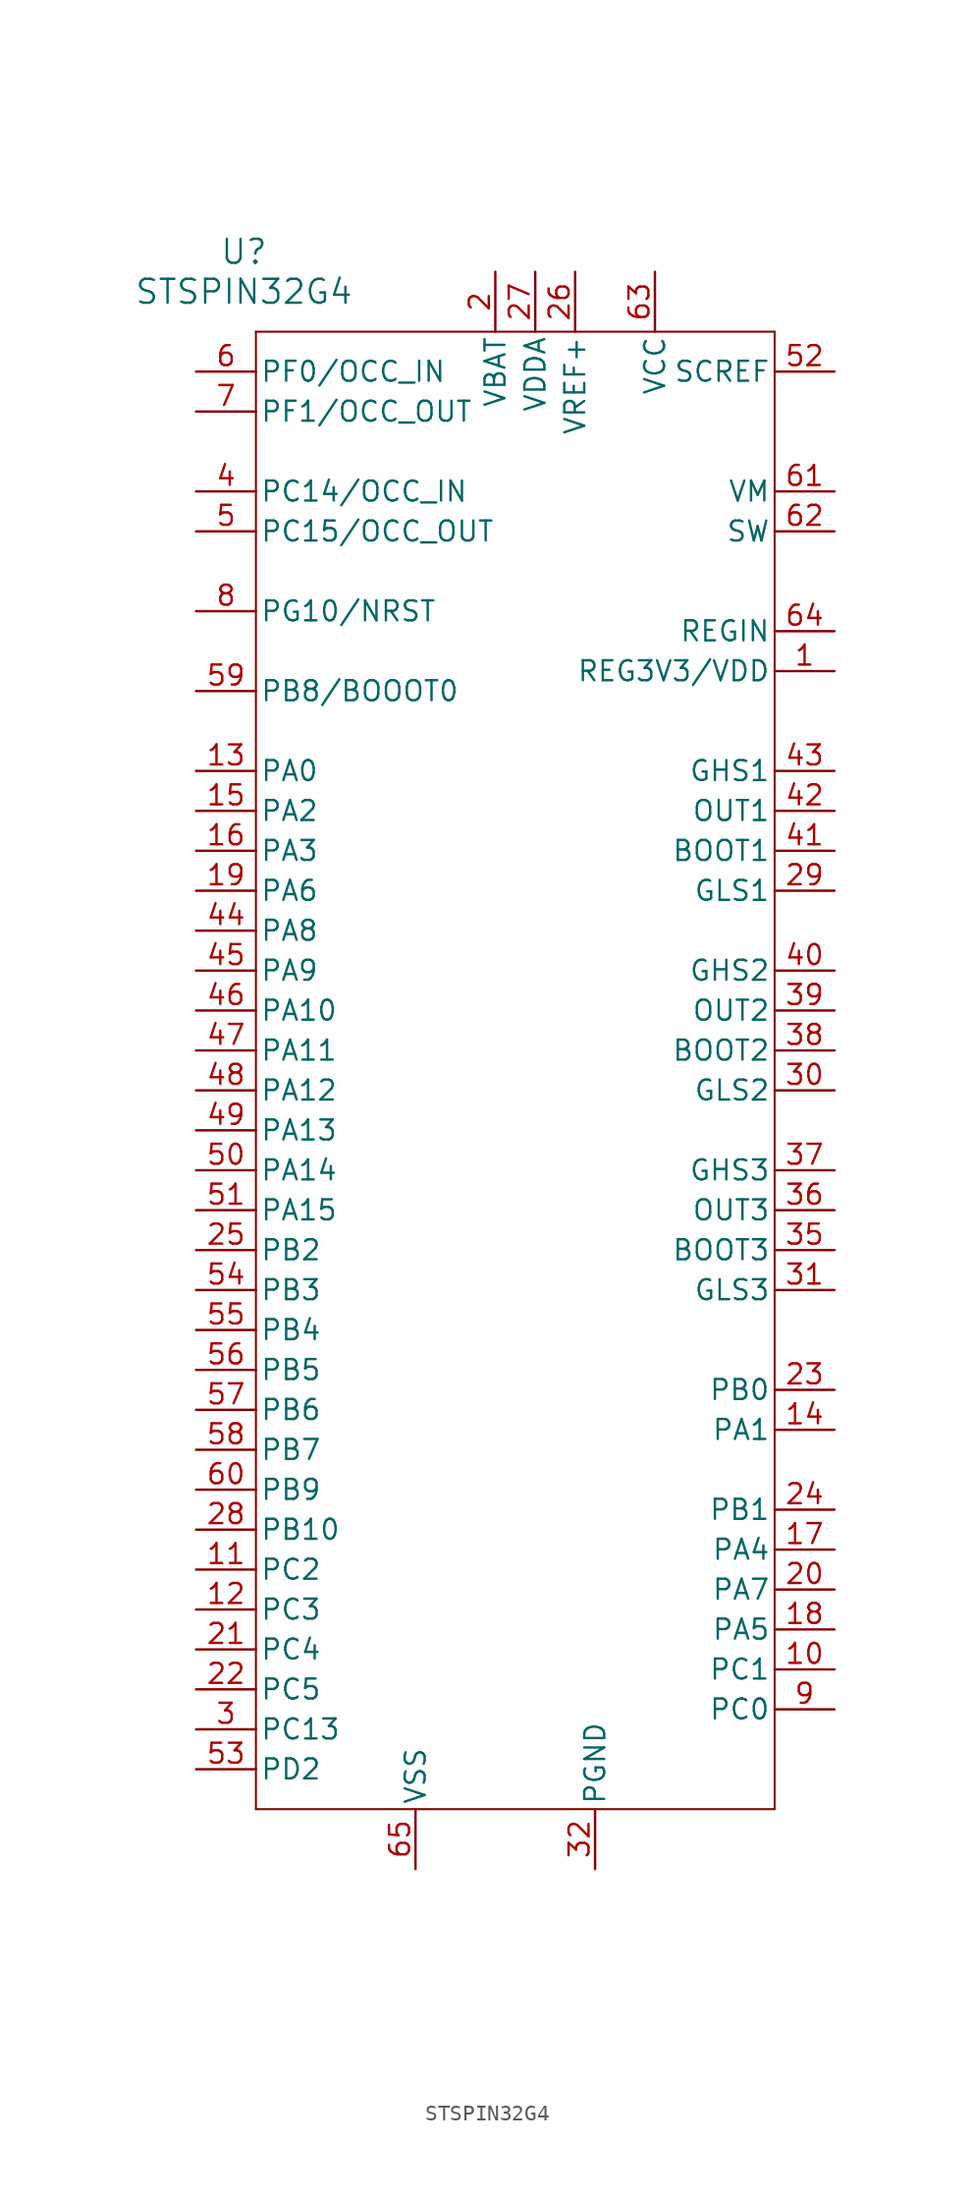
<source format=kicad_sym>
(kicad_symbol_lib
  (version 20231120)
  (generator "kicad_symbol_editor")
  (generator_version "8.0")
  (symbol "STSPIN32G4"
    (pin_names
      (offset 0.254))
    (property "Reference" "U"
      (at 6.858 10.16 0)
      (effects (font (size 1.524 1.524))))
    (property "Value" "STSPIN32G4"
      (at 6.858 7.62 0)
      (effects (font (size 1.524 1.524))))
    (property "ki_locked" ""
      (at 0 0 0)
      (effects (font (size 1.27 1.27))))
    (symbol "STSPIN32G4_0_1"
      (polyline (pts (xy 7.62 -88.9) (xy 40.64 -88.9)) (stroke (width 0.127) (type default)) (fill (type none)))
      (polyline (pts (xy 7.62 5.08) (xy 7.62 -88.9)) (stroke (width 0.127) (type default)) (fill (type none)))
      (polyline (pts (xy 40.64 -88.9) (xy 40.64 5.08)) (stroke (width 0.127) (type default)) (fill (type none)))
      (polyline (pts (xy 40.64 5.08) (xy 7.62 5.08)) (stroke (width 0.127) (type default)) (fill (type none))))
    (symbol "STSPIN32G4_1_1"
      (pin power_in line (at 44.45 -16.51 180) (length 3.81) (name "REG3V3/VDD" (effects (font (size 1.27 1.27)))) (number "1" (effects (font (size 1.27 1.27)))))
      (pin bidirectional line (at 44.45 -80.01 180) (length 3.81) (name "PC1" (effects (font (size 1.27 1.27)))) (number "10" (effects (font (size 1.27 1.27)))))
      (pin bidirectional line (at 3.81 -73.66 0) (length 3.81) (name "PC2" (effects (font (size 1.27 1.27)))) (number "11" (effects (font (size 1.27 1.27)))))
      (pin bidirectional line (at 3.81 -76.2 0) (length 3.81) (name "PC3" (effects (font (size 1.27 1.27)))) (number "12" (effects (font (size 1.27 1.27)))))
      (pin bidirectional line (at 3.81 -22.86 0) (length 3.81) (name "PA0" (effects (font (size 1.27 1.27)))) (number "13" (effects (font (size 1.27 1.27)))))
      (pin bidirectional line (at 44.45 -64.77 180) (length 3.81) (name "PA1" (effects (font (size 1.27 1.27)))) (number "14" (effects (font (size 1.27 1.27)))))
      (pin bidirectional line (at 3.81 -25.4 0) (length 3.81) (name "PA2" (effects (font (size 1.27 1.27)))) (number "15" (effects (font (size 1.27 1.27)))))
      (pin bidirectional line (at 3.81 -27.94 0) (length 3.81) (name "PA3" (effects (font (size 1.27 1.27)))) (number "16" (effects (font (size 1.27 1.27)))))
      (pin bidirectional line (at 44.45 -72.39 180) (length 3.81) (name "PA4" (effects (font (size 1.27 1.27)))) (number "17" (effects (font (size 1.27 1.27)))))
      (pin bidirectional line (at 44.45 -77.47 180) (length 3.81) (name "PA5" (effects (font (size 1.27 1.27)))) (number "18" (effects (font (size 1.27 1.27)))))
      (pin bidirectional line (at 3.81 -30.48 0) (length 3.81) (name "PA6" (effects (font (size 1.27 1.27)))) (number "19" (effects (font (size 1.27 1.27)))))
      (pin unspecified line (at 22.86 8.89 270) (length 3.81) (name "VBAT" (effects (font (size 1.27 1.27)))) (number "2" (effects (font (size 1.27 1.27)))))
      (pin bidirectional line (at 44.45 -74.93 180) (length 3.81) (name "PA7" (effects (font (size 1.27 1.27)))) (number "20" (effects (font (size 1.27 1.27)))))
      (pin bidirectional line (at 3.81 -78.74 0) (length 3.81) (name "PC4" (effects (font (size 1.27 1.27)))) (number "21" (effects (font (size 1.27 1.27)))))
      (pin bidirectional line (at 3.81 -81.28 0) (length 3.81) (name "PC5" (effects (font (size 1.27 1.27)))) (number "22" (effects (font (size 1.27 1.27)))))
      (pin bidirectional line (at 44.45 -62.23 180) (length 3.81) (name "PB0" (effects (font (size 1.27 1.27)))) (number "23" (effects (font (size 1.27 1.27)))))
      (pin bidirectional line (at 44.45 -69.85 180) (length 3.81) (name "PB1" (effects (font (size 1.27 1.27)))) (number "24" (effects (font (size 1.27 1.27)))))
      (pin bidirectional line (at 3.81 -53.34 0) (length 3.81) (name "PB2" (effects (font (size 1.27 1.27)))) (number "25" (effects (font (size 1.27 1.27)))))
      (pin power_in line (at 27.94 8.89 270) (length 3.81) (name "VREF+" (effects (font (size 1.27 1.27)))) (number "26" (effects (font (size 1.27 1.27)))))
      (pin power_in line (at 25.4 8.89 270) (length 3.81) (name "VDDA" (effects (font (size 1.27 1.27)))) (number "27" (effects (font (size 1.27 1.27)))))
      (pin bidirectional line (at 3.81 -71.12 0) (length 3.81) (name "PB10" (effects (font (size 1.27 1.27)))) (number "28" (effects (font (size 1.27 1.27)))))
      (pin bidirectional line (at 44.45 -30.48 180) (length 3.81) (name "GLS1" (effects (font (size 1.27 1.27)))) (number "29" (effects (font (size 1.27 1.27)))))
      (pin bidirectional line (at 3.81 -83.82 0) (length 3.81) (name "PC13" (effects (font (size 1.27 1.27)))) (number "3" (effects (font (size 1.27 1.27)))))
      (pin bidirectional line (at 44.45 -43.18 180) (length 3.81) (name "GLS2" (effects (font (size 1.27 1.27)))) (number "30" (effects (font (size 1.27 1.27)))))
      (pin bidirectional line (at 44.45 -55.88 180) (length 3.81) (name "GLS3" (effects (font (size 1.27 1.27)))) (number "31" (effects (font (size 1.27 1.27)))))
      (pin power_out line (at 29.21 -92.71 90) (length 3.81) (name "PGND" (effects (font (size 1.27 1.27)))) (number "32" (effects (font (size 1.27 1.27)))))
      (pin no_connect line (at 35.56 -96.52 90) (length 7.62) hide (name "NC" (effects (font (size 1.27 1.27)))) (number "33" (effects (font (size 1.27 1.27)))))
      (pin no_connect line (at 35.56 -96.52 90) (length 7.62) hide (name "NC" (effects (font (size 1.27 1.27)))) (number "34" (effects (font (size 1.27 1.27)))))
      (pin bidirectional line (at 44.45 -53.34 180) (length 3.81) (name "BOOT3" (effects (font (size 1.27 1.27)))) (number "35" (effects (font (size 1.27 1.27)))))
      (pin output line (at 44.45 -50.8 180) (length 3.81) (name "OUT3" (effects (font (size 1.27 1.27)))) (number "36" (effects (font (size 1.27 1.27)))))
      (pin bidirectional line (at 44.45 -48.26 180) (length 3.81) (name "GHS3" (effects (font (size 1.27 1.27)))) (number "37" (effects (font (size 1.27 1.27)))))
      (pin bidirectional line (at 44.45 -40.64 180) (length 3.81) (name "BOOT2" (effects (font (size 1.27 1.27)))) (number "38" (effects (font (size 1.27 1.27)))))
      (pin output line (at 44.45 -38.1 180) (length 3.81) (name "OUT2" (effects (font (size 1.27 1.27)))) (number "39" (effects (font (size 1.27 1.27)))))
      (pin bidirectional line (at 3.81 -5.08 0) (length 3.81) (name "PC14/OCC_IN" (effects (font (size 1.27 1.27)))) (number "4" (effects (font (size 1.27 1.27)))))
      (pin bidirectional line (at 44.45 -35.56 180) (length 3.81) (name "GHS2" (effects (font (size 1.27 1.27)))) (number "40" (effects (font (size 1.27 1.27)))))
      (pin bidirectional line (at 44.45 -27.94 180) (length 3.81) (name "BOOT1" (effects (font (size 1.27 1.27)))) (number "41" (effects (font (size 1.27 1.27)))))
      (pin output line (at 44.45 -25.4 180) (length 3.81) (name "OUT1" (effects (font (size 1.27 1.27)))) (number "42" (effects (font (size 1.27 1.27)))))
      (pin bidirectional line (at 44.45 -22.86 180) (length 3.81) (name "GHS1" (effects (font (size 1.27 1.27)))) (number "43" (effects (font (size 1.27 1.27)))))
      (pin bidirectional line (at 3.81 -33.02 0) (length 3.81) (name "PA8" (effects (font (size 1.27 1.27)))) (number "44" (effects (font (size 1.27 1.27)))))
      (pin bidirectional line (at 3.81 -35.56 0) (length 3.81) (name "PA9" (effects (font (size 1.27 1.27)))) (number "45" (effects (font (size 1.27 1.27)))))
      (pin bidirectional line (at 3.81 -38.1 0) (length 3.81) (name "PA10" (effects (font (size 1.27 1.27)))) (number "46" (effects (font (size 1.27 1.27)))))
      (pin bidirectional line (at 3.81 -40.64 0) (length 3.81) (name "PA11" (effects (font (size 1.27 1.27)))) (number "47" (effects (font (size 1.27 1.27)))))
      (pin bidirectional line (at 3.81 -43.18 0) (length 3.81) (name "PA12" (effects (font (size 1.27 1.27)))) (number "48" (effects (font (size 1.27 1.27)))))
      (pin bidirectional line (at 3.81 -45.72 0) (length 3.81) (name "PA13" (effects (font (size 1.27 1.27)))) (number "49" (effects (font (size 1.27 1.27)))))
      (pin bidirectional line (at 3.81 -7.62 0) (length 3.81) (name "PC15/OCC_OUT" (effects (font (size 1.27 1.27)))) (number "5" (effects (font (size 1.27 1.27)))))
      (pin bidirectional line (at 3.81 -48.26 0) (length 3.81) (name "PA14" (effects (font (size 1.27 1.27)))) (number "50" (effects (font (size 1.27 1.27)))))
      (pin bidirectional line (at 3.81 -50.8 0) (length 3.81) (name "PA15" (effects (font (size 1.27 1.27)))) (number "51" (effects (font (size 1.27 1.27)))))
      (pin unspecified line (at 44.45 2.54 180) (length 3.81) (name "SCREF" (effects (font (size 1.27 1.27)))) (number "52" (effects (font (size 1.27 1.27)))))
      (pin bidirectional line (at 3.81 -86.36 0) (length 3.81) (name "PD2" (effects (font (size 1.27 1.27)))) (number "53" (effects (font (size 1.27 1.27)))))
      (pin bidirectional line (at 3.81 -55.88 0) (length 3.81) (name "PB3" (effects (font (size 1.27 1.27)))) (number "54" (effects (font (size 1.27 1.27)))))
      (pin bidirectional line (at 3.81 -58.42 0) (length 3.81) (name "PB4" (effects (font (size 1.27 1.27)))) (number "55" (effects (font (size 1.27 1.27)))))
      (pin bidirectional line (at 3.81 -60.96 0) (length 3.81) (name "PB5" (effects (font (size 1.27 1.27)))) (number "56" (effects (font (size 1.27 1.27)))))
      (pin bidirectional line (at 3.81 -63.5 0) (length 3.81) (name "PB6" (effects (font (size 1.27 1.27)))) (number "57" (effects (font (size 1.27 1.27)))))
      (pin bidirectional line (at 3.81 -66.04 0) (length 3.81) (name "PB7" (effects (font (size 1.27 1.27)))) (number "58" (effects (font (size 1.27 1.27)))))
      (pin bidirectional line (at 3.81 -17.78 0) (length 3.81) (name "PB8/BOOOT0" (effects (font (size 1.27 1.27)))) (number "59" (effects (font (size 1.27 1.27)))))
      (pin bidirectional line (at 3.81 2.54 0) (length 3.81) (name "PF0/OCC_IN" (effects (font (size 1.27 1.27)))) (number "6" (effects (font (size 1.27 1.27)))))
      (pin bidirectional line (at 3.81 -68.58 0) (length 3.81) (name "PB9" (effects (font (size 1.27 1.27)))) (number "60" (effects (font (size 1.27 1.27)))))
      (pin unspecified line (at 44.45 -5.08 180) (length 3.81) (name "VM" (effects (font (size 1.27 1.27)))) (number "61" (effects (font (size 1.27 1.27)))))
      (pin unspecified line (at 44.45 -7.62 180) (length 3.81) (name "SW" (effects (font (size 1.27 1.27)))) (number "62" (effects (font (size 1.27 1.27)))))
      (pin power_in line (at 33.02 8.89 270) (length 3.81) (name "VCC" (effects (font (size 1.27 1.27)))) (number "63" (effects (font (size 1.27 1.27)))))
      (pin unspecified line (at 44.45 -13.97 180) (length 3.81) (name "REGIN" (effects (font (size 1.27 1.27)))) (number "64" (effects (font (size 1.27 1.27)))))
      (pin power_out line (at 17.78 -92.71 90) (length 3.81) (name "VSS" (effects (font (size 1.27 1.27)))) (number "65" (effects (font (size 1.27 1.27)))))
      (pin bidirectional line (at 3.81 0 0) (length 3.81) (name "PF1/OCC_OUT" (effects (font (size 1.27 1.27)))) (number "7" (effects (font (size 1.27 1.27)))))
      (pin unspecified line (at 3.81 -12.7 0) (length 3.81) (name "PG10/NRST" (effects (font (size 1.27 1.27)))) (number "8" (effects (font (size 1.27 1.27)))))
      (pin bidirectional line (at 44.45 -82.55 180) (length 3.81) (name "PC0" (effects (font (size 1.27 1.27)))) (number "9" (effects (font (size 1.27 1.27))))))))
</source>
